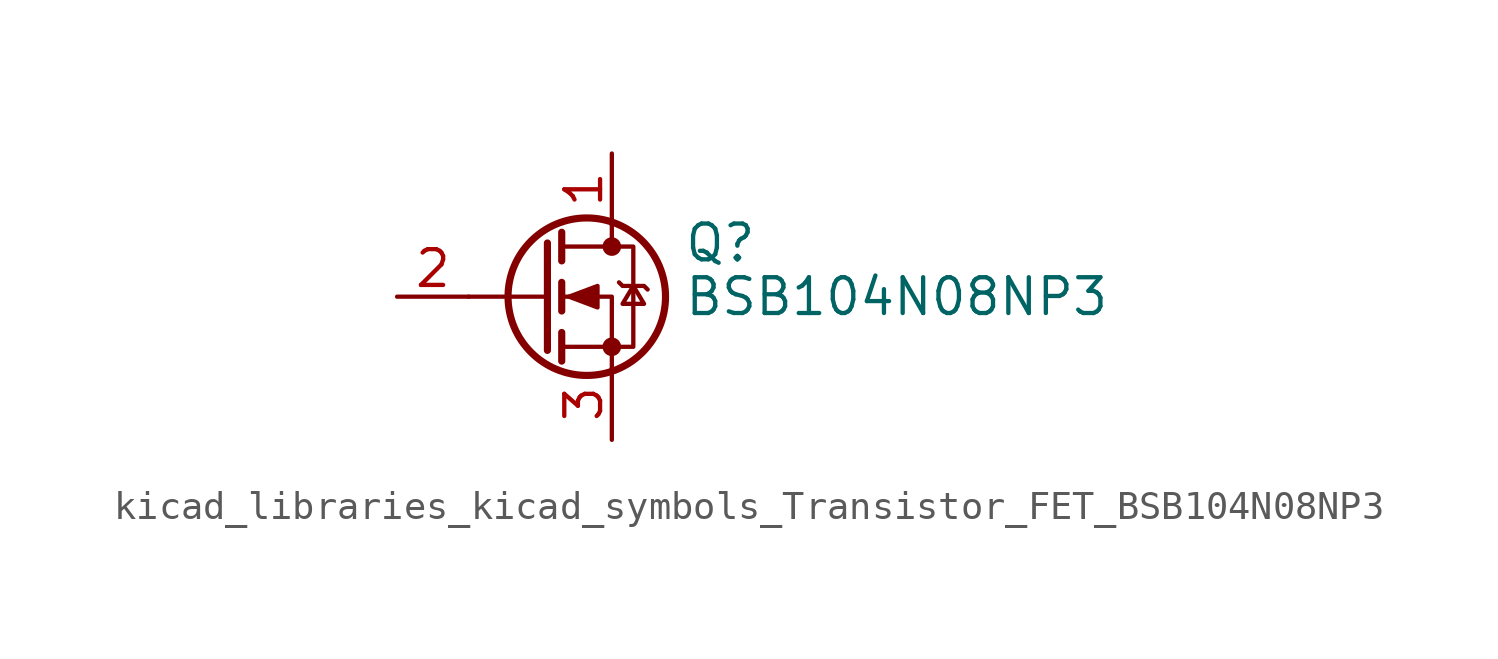
<source format=kicad_sym>
(kicad_symbol_lib
  (version 20220914)
  (generator kicad_symbol_editor)
  (symbol "kicad_libraries_kicad_symbols_Transistor_FET_BSB104N08NP3"
    (pin_names hide)
    (property "Reference" "Q"
      (at 5.08 1.905 0)
      (effects (font (size 1.27 1.27)) (justify left)))
    (property "Value" "BSB104N08NP3"
      (at 5.08 0 0)
      (effects (font (size 1.27 1.27)) (justify left)))
    (symbol "kicad_libraries_kicad_symbols_Transistor_FET_BSB104N08NP3_0_1"
      (polyline (pts (xy 0.254 0) (xy -2.54 0)) (stroke (width 0) (type default)) (fill (type none)))
      (polyline (pts (xy 0.254 1.905) (xy 0.254 -1.905)) (stroke (width 0.254) (type default)) (fill (type none)))
      (polyline (pts (xy 0.762 -1.27) (xy 0.762 -2.286)) (stroke (width 0.254) (type default)) (fill (type none)))
      (polyline (pts (xy 0.762 0.508) (xy 0.762 -0.508)) (stroke (width 0.254) (type default)) (fill (type none)))
      (polyline (pts (xy 0.762 2.286) (xy 0.762 1.27)) (stroke (width 0.254) (type default)) (fill (type none)))
      (polyline (pts (xy 2.54 2.54) (xy 2.54 1.778)) (stroke (width 0) (type default)) (fill (type none)))
      (polyline (pts (xy 2.54 -2.54) (xy 2.54 0) (xy 0.762 0)) (stroke (width 0) (type default)) (fill (type none)))
      (polyline (pts (xy 0.762 -1.778) (xy 3.302 -1.778) (xy 3.302 1.778) (xy 0.762 1.778)) (stroke (width 0) (type default)) (fill (type none)))
      (polyline (pts (xy 1.016 0) (xy 2.032 0.381) (xy 2.032 -0.381) (xy 1.016 0)) (stroke (width 0) (type default)) (fill (type outline)))
      (polyline (pts (xy 2.794 0.508) (xy 2.921 0.381) (xy 3.683 0.381) (xy 3.81 0.254)) (stroke (width 0) (type default)) (fill (type none)))
      (polyline (pts (xy 3.302 0.381) (xy 2.921 -0.254) (xy 3.683 -0.254) (xy 3.302 0.381)) (stroke (width 0) (type default)) (fill (type none)))
      (circle (center 1.651 0) (radius 2.794) (stroke (width 0.254) (type default)) (fill (type none)))
      (circle (center 2.54 -1.778) (radius 0.254) (stroke (width 0) (type default)) (fill (type outline)))
      (circle (center 2.54 1.778) (radius 0.254) (stroke (width 0) (type default)) (fill (type outline))))
    (symbol "kicad_libraries_kicad_symbols_Transistor_FET_BSB104N08NP3_1_1"
      (pin passive line (at 2.54 5.08 270) (length 2.54) (name "D" (effects (font (size 1.27 1.27)))) (number "1" (effects (font (size 1.27 1.27)))))
      (pin input line (at -5.08 0 0) (length 2.54) (name "G" (effects (font (size 1.27 1.27)))) (number "2" (effects (font (size 1.27 1.27)))))
      (pin passive line (at 2.54 -5.08 90) (length 2.54) (name "S" (effects (font (size 1.27 1.27)))) (number "3" (effects (font (size 1.27 1.27))))))))
</source>
